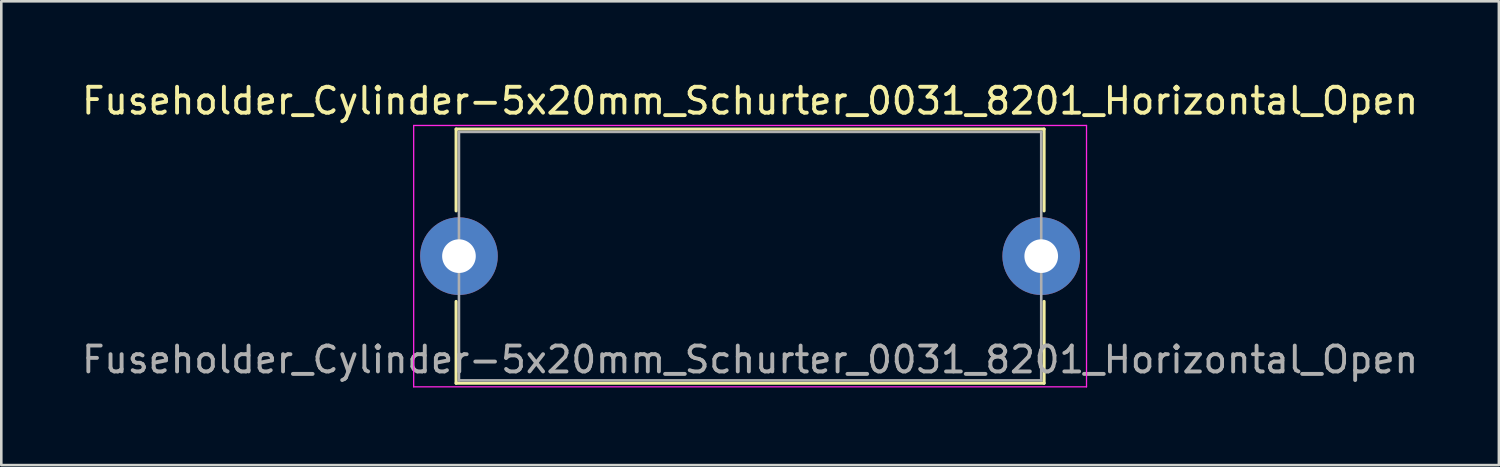
<source format=kicad_pcb>
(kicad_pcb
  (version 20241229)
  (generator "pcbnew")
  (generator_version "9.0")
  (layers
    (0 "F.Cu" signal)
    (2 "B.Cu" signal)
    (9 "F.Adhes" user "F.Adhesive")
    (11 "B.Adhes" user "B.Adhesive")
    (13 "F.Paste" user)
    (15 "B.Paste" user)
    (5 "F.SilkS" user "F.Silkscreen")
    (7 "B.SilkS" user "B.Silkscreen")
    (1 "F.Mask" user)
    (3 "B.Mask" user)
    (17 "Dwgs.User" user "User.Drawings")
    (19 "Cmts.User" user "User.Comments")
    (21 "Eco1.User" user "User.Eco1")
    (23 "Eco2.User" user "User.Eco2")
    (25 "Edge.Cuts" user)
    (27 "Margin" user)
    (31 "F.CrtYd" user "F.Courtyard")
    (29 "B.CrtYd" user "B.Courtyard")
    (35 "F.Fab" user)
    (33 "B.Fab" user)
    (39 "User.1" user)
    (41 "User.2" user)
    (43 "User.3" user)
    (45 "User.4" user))
  (footprint "Fuseholder_Cylinder-5x20mm_Schurter_0031_8201_Horizontal_Open"
    (layer "F.Cu")
    (at 14.685 6.848)
    (property "Reference" "Fuseholder_Cylinder-5x20mm_Schurter_0031_8201_Horizontal_Open" (at 11.25 -6 0) (layer "F.SilkS") (effects (font (size 1 1) (thickness 0.15))))
    (attr through_hole)
    (fp_line (start -0.11 -4.91) (end 22.61 -4.91) (stroke (width 0.12) (type solid)) (layer "F.SilkS"))
    (fp_line (start -0.11 -1.75) (end -0.11 -4.91) (stroke (width 0.12) (type solid)) (layer "F.SilkS"))
    (fp_line (start -0.11 4.91) (end -0.11 1.75) (stroke (width 0.12) (type solid)) (layer "F.SilkS"))
    (fp_line (start -0.11 4.91) (end 22.61 4.91) (stroke (width 0.12) (type solid)) (layer "F.SilkS"))
    (fp_line (start 22.61 -1.75) (end 22.61 -4.91) (stroke (width 0.12) (type solid)) (layer "F.SilkS"))
    (fp_line (start 22.61 4.91) (end 22.61 1.75) (stroke (width 0.12) (type solid)) (layer "F.SilkS"))
    (fp_line (start -1.75 -5.05) (end 24.25 -5.05) (stroke (width 0.05) (type solid)) (layer "F.CrtYd"))
    (fp_line (start -1.75 5.05) (end -1.75 -5.05) (stroke (width 0.05) (type solid)) (layer "F.CrtYd"))
    (fp_line (start 24.25 -5.05) (end 24.25 5.05) (stroke (width 0.05) (type solid)) (layer "F.CrtYd"))
    (fp_line (start 24.25 5.05) (end -1.75 5.05) (stroke (width 0.05) (type solid)) (layer "F.CrtYd"))
    (fp_line (start 0 -4.8) (end 0 4.8) (stroke (width 0.1) (type solid)) (layer "F.Fab"))
    (fp_line (start 0 4.8) (end 22.5 4.8) (stroke (width 0.1) (type solid)) (layer "F.Fab"))
    (fp_line (start 22.5 -4.8) (end 0 -4.8) (stroke (width 0.1) (type solid)) (layer "F.Fab"))
    (fp_line (start 22.5 4.8) (end 22.5 -4.8) (stroke (width 0.1) (type solid)) (layer "F.Fab"))
    (fp_text user "${REFERENCE}" (at 11.25 4 0) (layer "F.Fab") (effects (font (size 1 1) (thickness 0.15))))
    (pad "1" thru_hole circle (at 0 0) (size 3 3) (drill 1.3) (layers "*.Cu" "*.Mask"))
    (pad "2" thru_hole circle (at 22.5 0) (size 3 3) (drill 1.3) (layers "*.Cu" "*.Mask")))
  (gr_rect
    (start -3 -3)
    (end 54.869 14.923)
    (stroke (width 0.1) (type default))
    (fill no)
    (layer "Edge.Cuts")))
</source>
